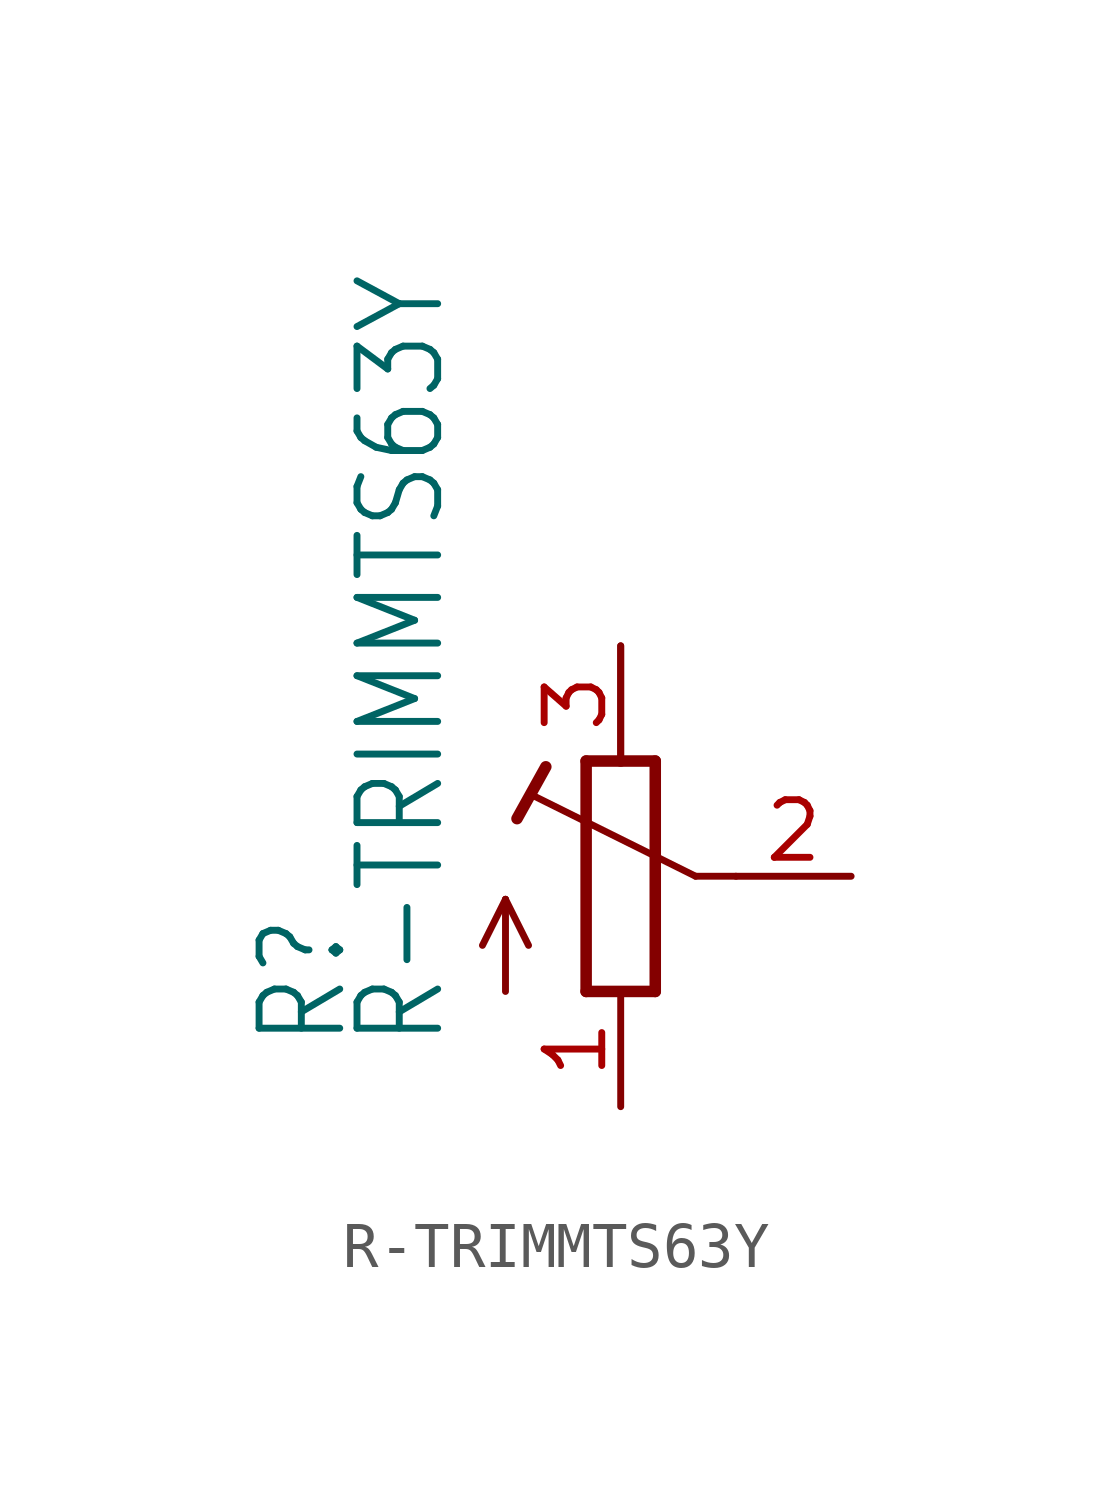
<source format=kicad_sym>
(kicad_symbol_lib
  (version 20220331)
  (generator kicad_symbol_editor)
  (symbol "R-TRIMMTS63Y"
    (property "Reference" "R"
      (at -5.969 -3.81 90)
      (effects (font (size 1.778 1.511)) (justify left bottom)))
    (property "Value" "R-TRIMMTS63Y"
      (at -3.81 -3.81 90)
      (effects (font (size 1.778 1.511)) (justify left bottom)))
    (property "ki_locked" ""
      (at 0 0 0)
      (effects (font (size 1.27 1.27))))
    (symbol "R-TRIMMTS63Y_1_0"
      (polyline (pts (xy -2.54 -2.54) (xy -2.54 -0.508)) (stroke (width 0.152) (type solid)) (fill (type none)))
      (polyline (pts (xy -2.54 -0.508) (xy -3.048 -1.524)) (stroke (width 0.152) (type solid)) (fill (type none)))
      (polyline (pts (xy -2.54 -0.508) (xy -2.032 -1.524)) (stroke (width 0.152) (type solid)) (fill (type none)))
      (polyline (pts (xy -2.286 1.27) (xy -1.651 2.413)) (stroke (width 0.254) (type solid)) (fill (type none)))
      (polyline (pts (xy -0.762 -2.54) (xy 0.762 -2.54)) (stroke (width 0.254) (type solid)) (fill (type none)))
      (polyline (pts (xy -0.762 2.54) (xy -0.762 -2.54)) (stroke (width 0.254) (type solid)) (fill (type none)))
      (polyline (pts (xy 0 2.54) (xy -0.762 2.54)) (stroke (width 0.254) (type solid)) (fill (type none)))
      (polyline (pts (xy 0 2.54) (xy 0 5.08)) (stroke (width 0.152) (type solid)) (fill (type none)))
      (polyline (pts (xy 0.762 -2.54) (xy 0.762 2.54)) (stroke (width 0.254) (type solid)) (fill (type none)))
      (polyline (pts (xy 0.762 2.54) (xy 0 2.54)) (stroke (width 0.254) (type solid)) (fill (type none)))
      (polyline (pts (xy 1.651 0) (xy -1.88 1.753)) (stroke (width 0.152) (type solid)) (fill (type none)))
      (polyline (pts (xy 2.54 0) (xy 1.651 0)) (stroke (width 0.152) (type solid)) (fill (type none)))
      (pin passive line (at 0 -5.08 90) (length 2.54) (name "E" (effects (font (size 0 0)))) (number "1" (effects (font (size 1.27 1.27)))))
      (pin passive line (at 5.08 0 180) (length 2.54) (name "S" (effects (font (size 0 0)))) (number "2" (effects (font (size 1.27 1.27)))))
      (pin passive line (at 0 5.08 270) (length 2.54) (name "A" (effects (font (size 0 0)))) (number "3" (effects (font (size 1.27 1.27))))))))
</source>
